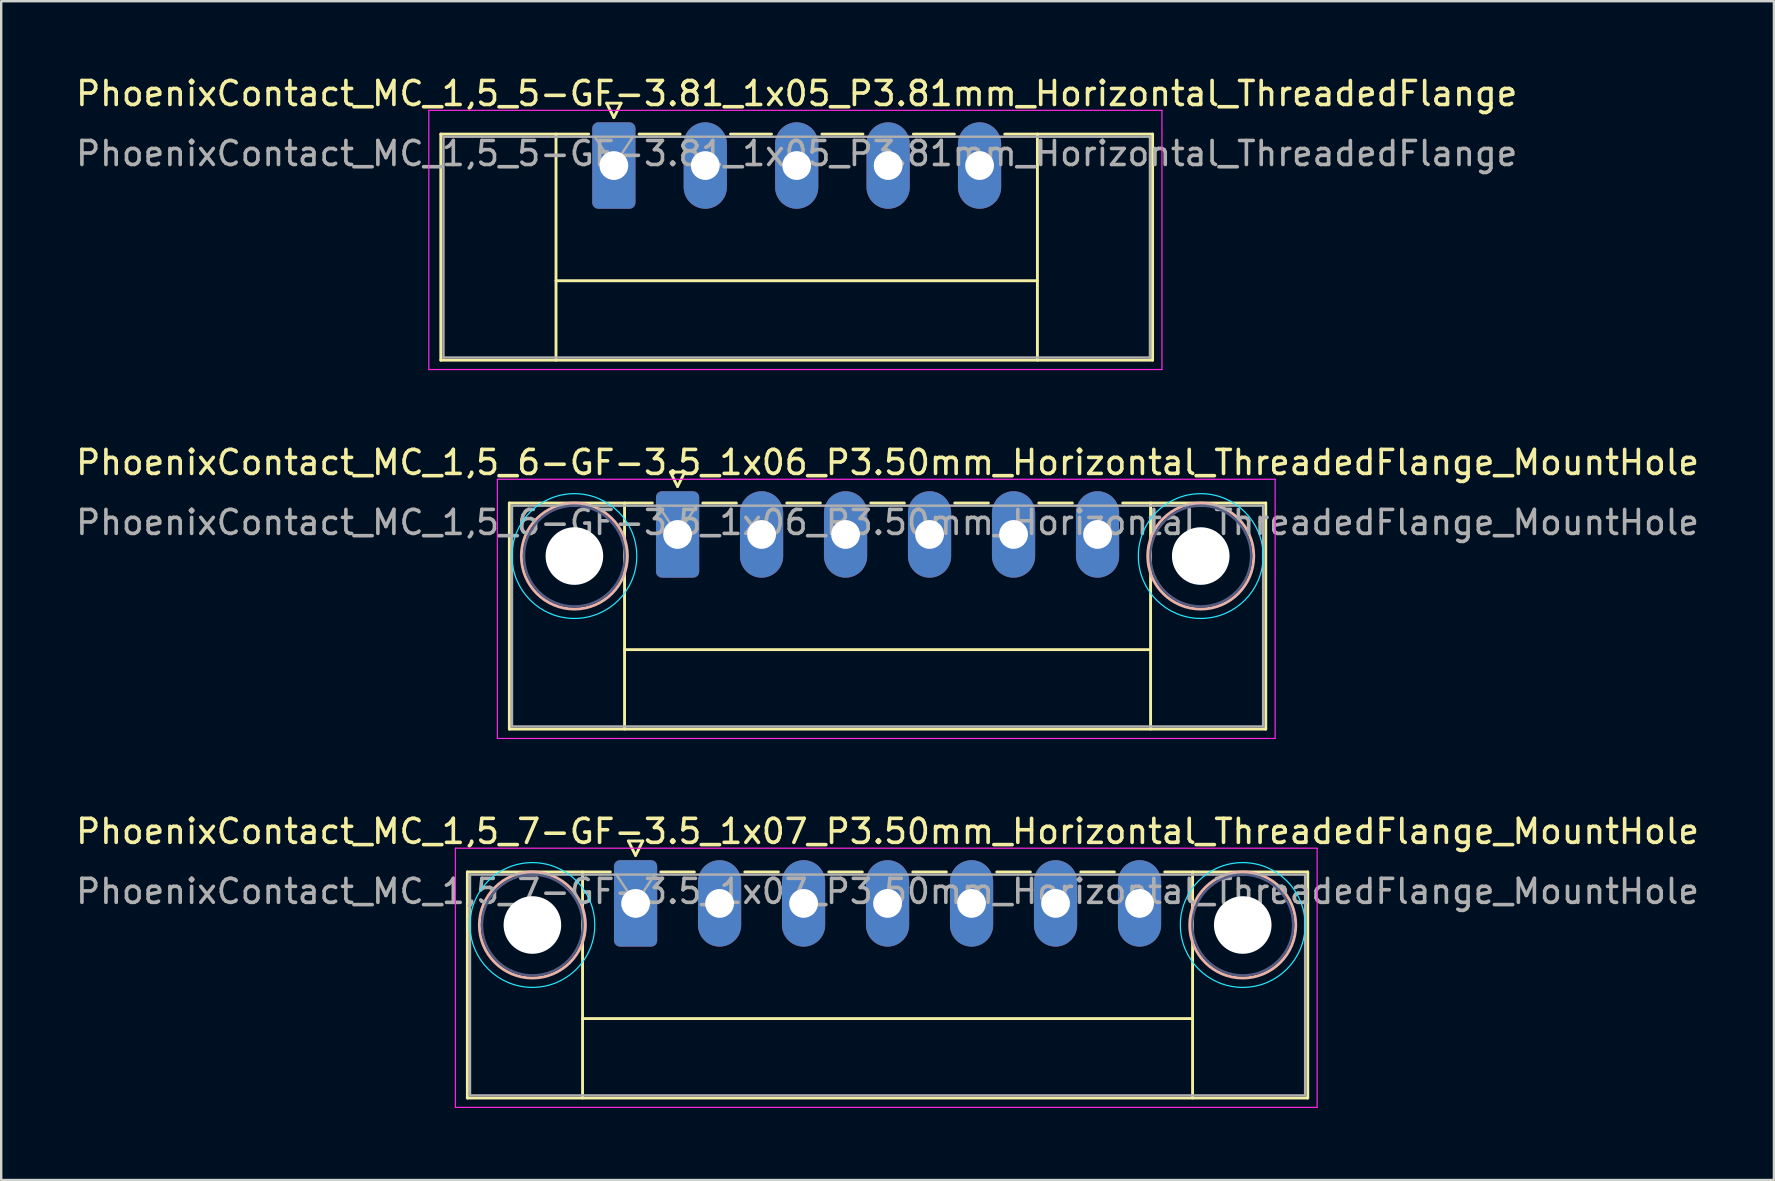
<source format=kicad_pcb>
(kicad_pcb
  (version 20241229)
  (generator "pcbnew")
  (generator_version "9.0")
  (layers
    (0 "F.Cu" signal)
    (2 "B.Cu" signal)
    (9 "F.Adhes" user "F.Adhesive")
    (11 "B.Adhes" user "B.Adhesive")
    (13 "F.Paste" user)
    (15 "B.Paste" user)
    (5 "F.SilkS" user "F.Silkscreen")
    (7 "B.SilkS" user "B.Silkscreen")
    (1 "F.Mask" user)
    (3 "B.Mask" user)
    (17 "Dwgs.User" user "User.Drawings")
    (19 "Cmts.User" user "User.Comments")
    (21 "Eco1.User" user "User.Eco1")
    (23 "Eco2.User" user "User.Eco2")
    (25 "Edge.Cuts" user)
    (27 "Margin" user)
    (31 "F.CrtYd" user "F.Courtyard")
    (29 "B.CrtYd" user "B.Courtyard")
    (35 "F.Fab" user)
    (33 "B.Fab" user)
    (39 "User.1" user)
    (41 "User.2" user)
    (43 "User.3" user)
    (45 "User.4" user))
  (footprint "PhoenixContact_MC_1,5_7-GF-3.5_1x07_P3.50mm_Horizontal_ThreadedFlange_MountHole"
    (layer "F.Cu")
    (at 23.435 34.595)
    (property "Reference" "PhoenixContact_MC_1,5_7-GF-3.5_1x07_P3.50mm_Horizontal_ThreadedFlange_MountHole" (at 10.5 -3 0) (layer "F.SilkS") (effects (font (size 1 1) (thickness 0.15))))
    (attr through_hole)
    (fp_line (start -7.01 -1.31) (end -7.01 8.11) (stroke (width 0.12) (type solid)) (layer "F.SilkS"))
    (fp_line (start -7.01 -1.31) (end -1.05 -1.31) (stroke (width 0.12) (type solid)) (layer "F.SilkS"))
    (fp_line (start -7.01 8.11) (end 28.01 8.11) (stroke (width 0.12) (type solid)) (layer "F.SilkS"))
    (fp_line (start -2.21 -1.31) (end -2.21 8.11) (stroke (width 0.12) (type solid)) (layer "F.SilkS"))
    (fp_line (start -2.21 4.8) (end 23.21 4.8) (stroke (width 0.12) (type solid)) (layer "F.SilkS"))
    (fp_line (start -0.3 -2.6) (end 0.3 -2.6) (stroke (width 0.12) (type solid)) (layer "F.SilkS"))
    (fp_line (start 0 -2) (end -0.3 -2.6) (stroke (width 0.12) (type solid)) (layer "F.SilkS"))
    (fp_line (start 0.3 -2.6) (end 0 -2) (stroke (width 0.12) (type solid)) (layer "F.SilkS"))
    (fp_line (start 1.05 -1.31) (end 2.45 -1.31) (stroke (width 0.12) (type solid)) (layer "F.SilkS"))
    (fp_line (start 4.55 -1.31) (end 5.95 -1.31) (stroke (width 0.12) (type solid)) (layer "F.SilkS"))
    (fp_line (start 8.05 -1.31) (end 9.45 -1.31) (stroke (width 0.12) (type solid)) (layer "F.SilkS"))
    (fp_line (start 11.55 -1.31) (end 12.95 -1.31) (stroke (width 0.12) (type solid)) (layer "F.SilkS"))
    (fp_line (start 15.05 -1.31) (end 16.45 -1.31) (stroke (width 0.12) (type solid)) (layer "F.SilkS"))
    (fp_line (start 18.55 -1.31) (end 19.95 -1.31) (stroke (width 0.12) (type solid)) (layer "F.SilkS"))
    (fp_line (start 23.21 -1.31) (end 23.21 8.11) (stroke (width 0.12) (type solid)) (layer "F.SilkS"))
    (fp_line (start 28.01 -1.31) (end 22.05 -1.31) (stroke (width 0.12) (type solid)) (layer "F.SilkS"))
    (fp_line (start 28.01 8.11) (end 28.01 -1.31) (stroke (width 0.12) (type solid)) (layer "F.SilkS"))
    (fp_circle (center -4.3 0.9) (end -2.09 0.9) (stroke (width 0.12) (type solid)) (fill no) (layer "B.SilkS"))
    (fp_circle (center 25.3 0.9) (end 27.51 0.9) (stroke (width 0.12) (type solid)) (fill no) (layer "B.SilkS"))
    (fp_circle (center -4.3 0.9) (end -1.7 0.9) (stroke (width 0.05) (type solid)) (fill no) (layer "B.CrtYd"))
    (fp_circle (center 25.3 0.9) (end 27.9 0.9) (stroke (width 0.05) (type solid)) (fill no) (layer "B.CrtYd"))
    (fp_line (start -7.51 -2.3) (end -7.51 8.5) (stroke (width 0.05) (type solid)) (layer "F.CrtYd"))
    (fp_line (start -7.51 8.5) (end 28.4 8.5) (stroke (width 0.05) (type solid)) (layer "F.CrtYd"))
    (fp_line (start 28.4 -2.3) (end -7.51 -2.3) (stroke (width 0.05) (type solid)) (layer "F.CrtYd"))
    (fp_line (start 28.4 8.5) (end 28.4 -2.3) (stroke (width 0.05) (type solid)) (layer "F.CrtYd"))
    (fp_circle (center -4.3 0.9) (end -2.2 0.9) (stroke (width 0.1) (type solid)) (fill no) (layer "B.Fab"))
    (fp_circle (center 25.3 0.9) (end 27.4 0.9) (stroke (width 0.1) (type solid)) (fill no) (layer "B.Fab"))
    (fp_line (start -6.9 -1.2) (end -6.9 8) (stroke (width 0.1) (type solid)) (layer "F.Fab"))
    (fp_line (start -6.9 8) (end 27.9 8) (stroke (width 0.1) (type solid)) (layer "F.Fab"))
    (fp_line (start 0 0) (end -0.8 -1.2) (stroke (width 0.1) (type solid)) (layer "F.Fab"))
    (fp_line (start 0.8 -1.2) (end 0 0) (stroke (width 0.1) (type solid)) (layer "F.Fab"))
    (fp_line (start 27.9 -1.2) (end -6.9 -1.2) (stroke (width 0.1) (type solid)) (layer "F.Fab"))
    (fp_line (start 27.9 8) (end 27.9 -1.2) (stroke (width 0.1) (type solid)) (layer "F.Fab"))
    (fp_text user "${REFERENCE}" (at 10.5 -0.5 0) (layer "F.Fab") (effects (font (size 1 1) (thickness 0.15))))
    (pad "" np_thru_hole circle (at -4.3 0.9) (size 2.4 2.4) (drill 2.4) (layers "*.Cu" "*.Mask"))
    (pad "" np_thru_hole circle (at 25.3 0.9) (size 2.4 2.4) (drill 2.4) (layers "*.Cu" "*.Mask"))
    (pad "1" thru_hole roundrect (at 0 0) (size 1.8 3.6) (drill 1.2) (layers "*.Cu" "*.Mask") (roundrect_rratio 0.139))
    (pad "2" thru_hole oval (at 3.5 0) (size 1.8 3.6) (drill 1.2) (layers "*.Cu" "*.Mask"))
    (pad "3" thru_hole oval (at 7 0) (size 1.8 3.6) (drill 1.2) (layers "*.Cu" "*.Mask"))
    (pad "4" thru_hole oval (at 10.5 0) (size 1.8 3.6) (drill 1.2) (layers "*.Cu" "*.Mask"))
    (pad "5" thru_hole oval (at 14 0) (size 1.8 3.6) (drill 1.2) (layers "*.Cu" "*.Mask"))
    (pad "6" thru_hole oval (at 17.5 0) (size 1.8 3.6) (drill 1.2) (layers "*.Cu" "*.Mask"))
    (pad "7" thru_hole oval (at 21 0) (size 1.8 3.6) (drill 1.2) (layers "*.Cu" "*.Mask")))
  (footprint "PhoenixContact_MC_1,5_6-GF-3.5_1x06_P3.50mm_Horizontal_ThreadedFlange_MountHole"
    (layer "F.Cu")
    (at 25.185 19.221)
    (property "Reference" "PhoenixContact_MC_1,5_6-GF-3.5_1x06_P3.50mm_Horizontal_ThreadedFlange_MountHole" (at 8.75 -3 0) (layer "F.SilkS") (effects (font (size 1 1) (thickness 0.15))))
    (attr through_hole)
    (fp_line (start -7.01 -1.31) (end -7.01 8.11) (stroke (width 0.12) (type solid)) (layer "F.SilkS"))
    (fp_line (start -7.01 -1.31) (end -1.05 -1.31) (stroke (width 0.12) (type solid)) (layer "F.SilkS"))
    (fp_line (start -7.01 8.11) (end 24.51 8.11) (stroke (width 0.12) (type solid)) (layer "F.SilkS"))
    (fp_line (start -2.21 -1.31) (end -2.21 8.11) (stroke (width 0.12) (type solid)) (layer "F.SilkS"))
    (fp_line (start -2.21 4.8) (end 19.71 4.8) (stroke (width 0.12) (type solid)) (layer "F.SilkS"))
    (fp_line (start -0.3 -2.6) (end 0.3 -2.6) (stroke (width 0.12) (type solid)) (layer "F.SilkS"))
    (fp_line (start 0 -2) (end -0.3 -2.6) (stroke (width 0.12) (type solid)) (layer "F.SilkS"))
    (fp_line (start 0.3 -2.6) (end 0 -2) (stroke (width 0.12) (type solid)) (layer "F.SilkS"))
    (fp_line (start 1.05 -1.31) (end 2.45 -1.31) (stroke (width 0.12) (type solid)) (layer "F.SilkS"))
    (fp_line (start 4.55 -1.31) (end 5.95 -1.31) (stroke (width 0.12) (type solid)) (layer "F.SilkS"))
    (fp_line (start 8.05 -1.31) (end 9.45 -1.31) (stroke (width 0.12) (type solid)) (layer "F.SilkS"))
    (fp_line (start 11.55 -1.31) (end 12.95 -1.31) (stroke (width 0.12) (type solid)) (layer "F.SilkS"))
    (fp_line (start 15.05 -1.31) (end 16.45 -1.31) (stroke (width 0.12) (type solid)) (layer "F.SilkS"))
    (fp_line (start 19.71 -1.31) (end 19.71 8.11) (stroke (width 0.12) (type solid)) (layer "F.SilkS"))
    (fp_line (start 24.51 -1.31) (end 18.55 -1.31) (stroke (width 0.12) (type solid)) (layer "F.SilkS"))
    (fp_line (start 24.51 8.11) (end 24.51 -1.31) (stroke (width 0.12) (type solid)) (layer "F.SilkS"))
    (fp_circle (center -4.3 0.9) (end -2.09 0.9) (stroke (width 0.12) (type solid)) (fill no) (layer "B.SilkS"))
    (fp_circle (center 21.8 0.9) (end 24.01 0.9) (stroke (width 0.12) (type solid)) (fill no) (layer "B.SilkS"))
    (fp_circle (center -4.3 0.9) (end -1.7 0.9) (stroke (width 0.05) (type solid)) (fill no) (layer "B.CrtYd"))
    (fp_circle (center 21.8 0.9) (end 24.4 0.9) (stroke (width 0.05) (type solid)) (fill no) (layer "B.CrtYd"))
    (fp_line (start -7.51 -2.3) (end -7.51 8.5) (stroke (width 0.05) (type solid)) (layer "F.CrtYd"))
    (fp_line (start -7.51 8.5) (end 24.9 8.5) (stroke (width 0.05) (type solid)) (layer "F.CrtYd"))
    (fp_line (start 24.9 -2.3) (end -7.51 -2.3) (stroke (width 0.05) (type solid)) (layer "F.CrtYd"))
    (fp_line (start 24.9 8.5) (end 24.9 -2.3) (stroke (width 0.05) (type solid)) (layer "F.CrtYd"))
    (fp_circle (center -4.3 0.9) (end -2.2 0.9) (stroke (width 0.1) (type solid)) (fill no) (layer "B.Fab"))
    (fp_circle (center 21.8 0.9) (end 23.9 0.9) (stroke (width 0.1) (type solid)) (fill no) (layer "B.Fab"))
    (fp_line (start -6.9 -1.2) (end -6.9 8) (stroke (width 0.1) (type solid)) (layer "F.Fab"))
    (fp_line (start -6.9 8) (end 24.4 8) (stroke (width 0.1) (type solid)) (layer "F.Fab"))
    (fp_line (start 0 0) (end -0.8 -1.2) (stroke (width 0.1) (type solid)) (layer "F.Fab"))
    (fp_line (start 0.8 -1.2) (end 0 0) (stroke (width 0.1) (type solid)) (layer "F.Fab"))
    (fp_line (start 24.4 -1.2) (end -6.9 -1.2) (stroke (width 0.1) (type solid)) (layer "F.Fab"))
    (fp_line (start 24.4 8) (end 24.4 -1.2) (stroke (width 0.1) (type solid)) (layer "F.Fab"))
    (fp_text user "${REFERENCE}" (at 8.75 -0.5 0) (layer "F.Fab") (effects (font (size 1 1) (thickness 0.15))))
    (pad "" np_thru_hole circle (at -4.3 0.9) (size 2.4 2.4) (drill 2.4) (layers "*.Cu" "*.Mask"))
    (pad "" np_thru_hole circle (at 21.8 0.9) (size 2.4 2.4) (drill 2.4) (layers "*.Cu" "*.Mask"))
    (pad "1" thru_hole roundrect (at 0 0) (size 1.8 3.6) (drill 1.2) (layers "*.Cu" "*.Mask") (roundrect_rratio 0.139))
    (pad "2" thru_hole oval (at 3.5 0) (size 1.8 3.6) (drill 1.2) (layers "*.Cu" "*.Mask"))
    (pad "3" thru_hole oval (at 7 0) (size 1.8 3.6) (drill 1.2) (layers "*.Cu" "*.Mask"))
    (pad "4" thru_hole oval (at 10.5 0) (size 1.8 3.6) (drill 1.2) (layers "*.Cu" "*.Mask"))
    (pad "5" thru_hole oval (at 14 0) (size 1.8 3.6) (drill 1.2) (layers "*.Cu" "*.Mask"))
    (pad "6" thru_hole oval (at 17.5 0) (size 1.8 3.6) (drill 1.2) (layers "*.Cu" "*.Mask")))
  (footprint "PhoenixContact_MC_1,5_5-GF-3.81_1x05_P3.81mm_Horizontal_ThreadedFlange"
    (layer "F.Cu")
    (at 22.529 3.848)
    (property "Reference" "PhoenixContact_MC_1,5_5-GF-3.81_1x05_P3.81mm_Horizontal_ThreadedFlange" (at 7.62 -3 0) (layer "F.SilkS") (effects (font (size 1 1) (thickness 0.15))))
    (attr through_hole)
    (fp_line (start -7.21 -1.31) (end -7.21 8.11) (stroke (width 0.12) (type solid)) (layer "F.SilkS"))
    (fp_line (start -7.21 -1.31) (end -1.05 -1.31) (stroke (width 0.12) (type solid)) (layer "F.SilkS"))
    (fp_line (start -7.21 8.11) (end 22.45 8.11) (stroke (width 0.12) (type solid)) (layer "F.SilkS"))
    (fp_line (start -2.41 -1.31) (end -2.41 8.11) (stroke (width 0.12) (type solid)) (layer "F.SilkS"))
    (fp_line (start -2.41 4.8) (end 17.65 4.8) (stroke (width 0.12) (type solid)) (layer "F.SilkS"))
    (fp_line (start -0.3 -2.6) (end 0.3 -2.6) (stroke (width 0.12) (type solid)) (layer "F.SilkS"))
    (fp_line (start 0 -2) (end -0.3 -2.6) (stroke (width 0.12) (type solid)) (layer "F.SilkS"))
    (fp_line (start 0.3 -2.6) (end 0 -2) (stroke (width 0.12) (type solid)) (layer "F.SilkS"))
    (fp_line (start 1.05 -1.31) (end 2.76 -1.31) (stroke (width 0.12) (type solid)) (layer "F.SilkS"))
    (fp_line (start 4.86 -1.31) (end 6.57 -1.31) (stroke (width 0.12) (type solid)) (layer "F.SilkS"))
    (fp_line (start 8.67 -1.31) (end 10.38 -1.31) (stroke (width 0.12) (type solid)) (layer "F.SilkS"))
    (fp_line (start 12.48 -1.31) (end 14.19 -1.31) (stroke (width 0.12) (type solid)) (layer "F.SilkS"))
    (fp_line (start 17.65 -1.31) (end 17.65 8.11) (stroke (width 0.12) (type solid)) (layer "F.SilkS"))
    (fp_line (start 22.45 -1.31) (end 16.29 -1.31) (stroke (width 0.12) (type solid)) (layer "F.SilkS"))
    (fp_line (start 22.45 8.11) (end 22.45 -1.31) (stroke (width 0.12) (type solid)) (layer "F.SilkS"))
    (fp_line (start -7.71 -2.3) (end -7.71 8.5) (stroke (width 0.05) (type solid)) (layer "F.CrtYd"))
    (fp_line (start -7.71 8.5) (end 22.84 8.5) (stroke (width 0.05) (type solid)) (layer "F.CrtYd"))
    (fp_line (start 22.84 -2.3) (end -7.71 -2.3) (stroke (width 0.05) (type solid)) (layer "F.CrtYd"))
    (fp_line (start 22.84 8.5) (end 22.84 -2.3) (stroke (width 0.05) (type solid)) (layer "F.CrtYd"))
    (fp_line (start -7.1 -1.2) (end -7.1 8) (stroke (width 0.1) (type solid)) (layer "F.Fab"))
    (fp_line (start -7.1 8) (end 22.34 8) (stroke (width 0.1) (type solid)) (layer "F.Fab"))
    (fp_line (start 0 0) (end -0.8 -1.2) (stroke (width 0.1) (type solid)) (layer "F.Fab"))
    (fp_line (start 0.8 -1.2) (end 0 0) (stroke (width 0.1) (type solid)) (layer "F.Fab"))
    (fp_line (start 22.34 -1.2) (end -7.1 -1.2) (stroke (width 0.1) (type solid)) (layer "F.Fab"))
    (fp_line (start 22.34 8) (end 22.34 -1.2) (stroke (width 0.1) (type solid)) (layer "F.Fab"))
    (fp_text user "${REFERENCE}" (at 7.62 -0.5 0) (layer "F.Fab") (effects (font (size 1 1) (thickness 0.15))))
    (pad "1" thru_hole roundrect (at 0 0) (size 1.8 3.6) (drill 1.2) (layers "*.Cu" "*.Mask") (roundrect_rratio 0.139))
    (pad "2" thru_hole oval (at 3.81 0) (size 1.8 3.6) (drill 1.2) (layers "*.Cu" "*.Mask"))
    (pad "3" thru_hole oval (at 7.62 0) (size 1.8 3.6) (drill 1.2) (layers "*.Cu" "*.Mask"))
    (pad "4" thru_hole oval (at 11.43 0) (size 1.8 3.6) (drill 1.2) (layers "*.Cu" "*.Mask"))
    (pad "5" thru_hole oval (at 15.24 0) (size 1.8 3.6) (drill 1.2) (layers "*.Cu" "*.Mask")))
  (gr_rect
    (start -3 -3)
    (end 70.869 46.12)
    (stroke (width 0.1) (type default))
    (fill no)
    (layer "Edge.Cuts")))
</source>
